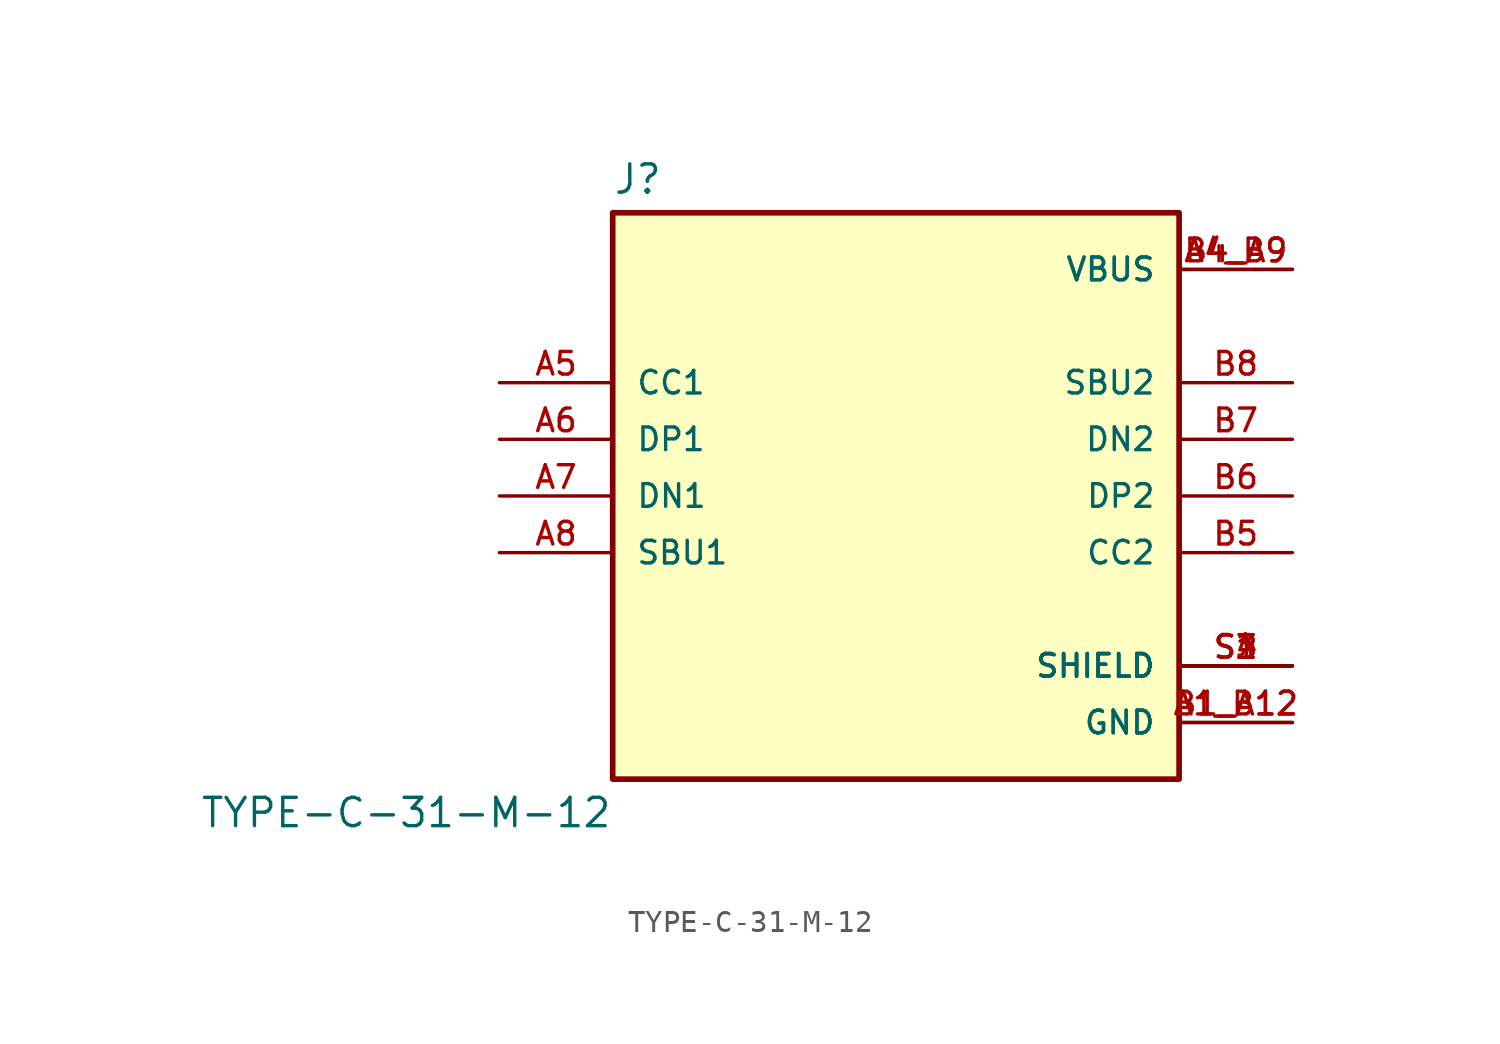
<source format=kicad_sym>
(kicad_symbol_lib
  (version 20211014)
  (generator kicad_symbol_editor)
  (symbol "TYPE-C-31-M-12"
    (pin_names
      (offset 1.016))
    (property "Reference" "J"
      (at -12.7 13.462 0)
      (effects (font (size 1.27 1.27)) (justify bottom left)))
    (property "Value" "TYPE-C-31-M-12"
      (at -12.7 -13.462 0.0)
      (effects (font (size 1.27 1.27)) (justify top right mirror)))
    (symbol "TYPE-C-31-M-12_0_0"
      (rectangle (start -12.7 -12.7) (end 12.7 12.7) (stroke (width 0.254)) (fill (type background)))
      (pin bidirectional line (at -17.78 2.54 0) (length 5.08) (name "DP1" (effects (font (size 1.016 1.016)))) (number "A6" (effects (font (size 1.016 1.016)))))
      (pin bidirectional line (at -17.78 5.08 0) (length 5.08) (name "CC1" (effects (font (size 1.016 1.016)))) (number "A5" (effects (font (size 1.016 1.016)))))
      (pin bidirectional line (at -17.78 -2.54 0) (length 5.08) (name "SBU1" (effects (font (size 1.016 1.016)))) (number "A8" (effects (font (size 1.016 1.016)))))
      (pin bidirectional line (at -17.78 0.0 0) (length 5.08) (name "DN1" (effects (font (size 1.016 1.016)))) (number "A7" (effects (font (size 1.016 1.016)))))
      (pin passive line (at 17.78 -7.62 180.0) (length 5.08) (name "SHIELD" (effects (font (size 1.016 1.016)))) (number "S1" (effects (font (size 1.016 1.016)))))
      (pin passive line (at 17.78 -7.62 180.0) (length 5.08) (name "SHIELD" (effects (font (size 1.016 1.016)))) (number "S2" (effects (font (size 1.016 1.016)))))
      (pin passive line (at 17.78 -7.62 180.0) (length 5.08) (name "SHIELD" (effects (font (size 1.016 1.016)))) (number "S3" (effects (font (size 1.016 1.016)))))
      (pin passive line (at 17.78 -7.62 180.0) (length 5.08) (name "SHIELD" (effects (font (size 1.016 1.016)))) (number "S4" (effects (font (size 1.016 1.016)))))
      (pin power_in line (at 17.78 -10.16 180.0) (length 5.08) (name "GND" (effects (font (size 1.016 1.016)))) (number "A1_B12" (effects (font (size 1.016 1.016)))))
      (pin power_in line (at 17.78 -10.16 180.0) (length 5.08) (name "GND" (effects (font (size 1.016 1.016)))) (number "B1_A12" (effects (font (size 1.016 1.016)))))
      (pin power_in line (at 17.78 10.16 180.0) (length 5.08) (name "VBUS" (effects (font (size 1.016 1.016)))) (number "A4_B9" (effects (font (size 1.016 1.016)))))
      (pin power_in line (at 17.78 10.16 180.0) (length 5.08) (name "VBUS" (effects (font (size 1.016 1.016)))) (number "B4_A9" (effects (font (size 1.016 1.016)))))
      (pin bidirectional line (at 17.78 0.0 180.0) (length 5.08) (name "DP2" (effects (font (size 1.016 1.016)))) (number "B6" (effects (font (size 1.016 1.016)))))
      (pin bidirectional line (at 17.78 -2.54 180.0) (length 5.08) (name "CC2" (effects (font (size 1.016 1.016)))) (number "B5" (effects (font (size 1.016 1.016)))))
      (pin bidirectional line (at 17.78 5.08 180.0) (length 5.08) (name "SBU2" (effects (font (size 1.016 1.016)))) (number "B8" (effects (font (size 1.016 1.016)))))
      (pin bidirectional line (at 17.78 2.54 180.0) (length 5.08) (name "DN2" (effects (font (size 1.016 1.016)))) (number "B7" (effects (font (size 1.016 1.016))))))))
</source>
